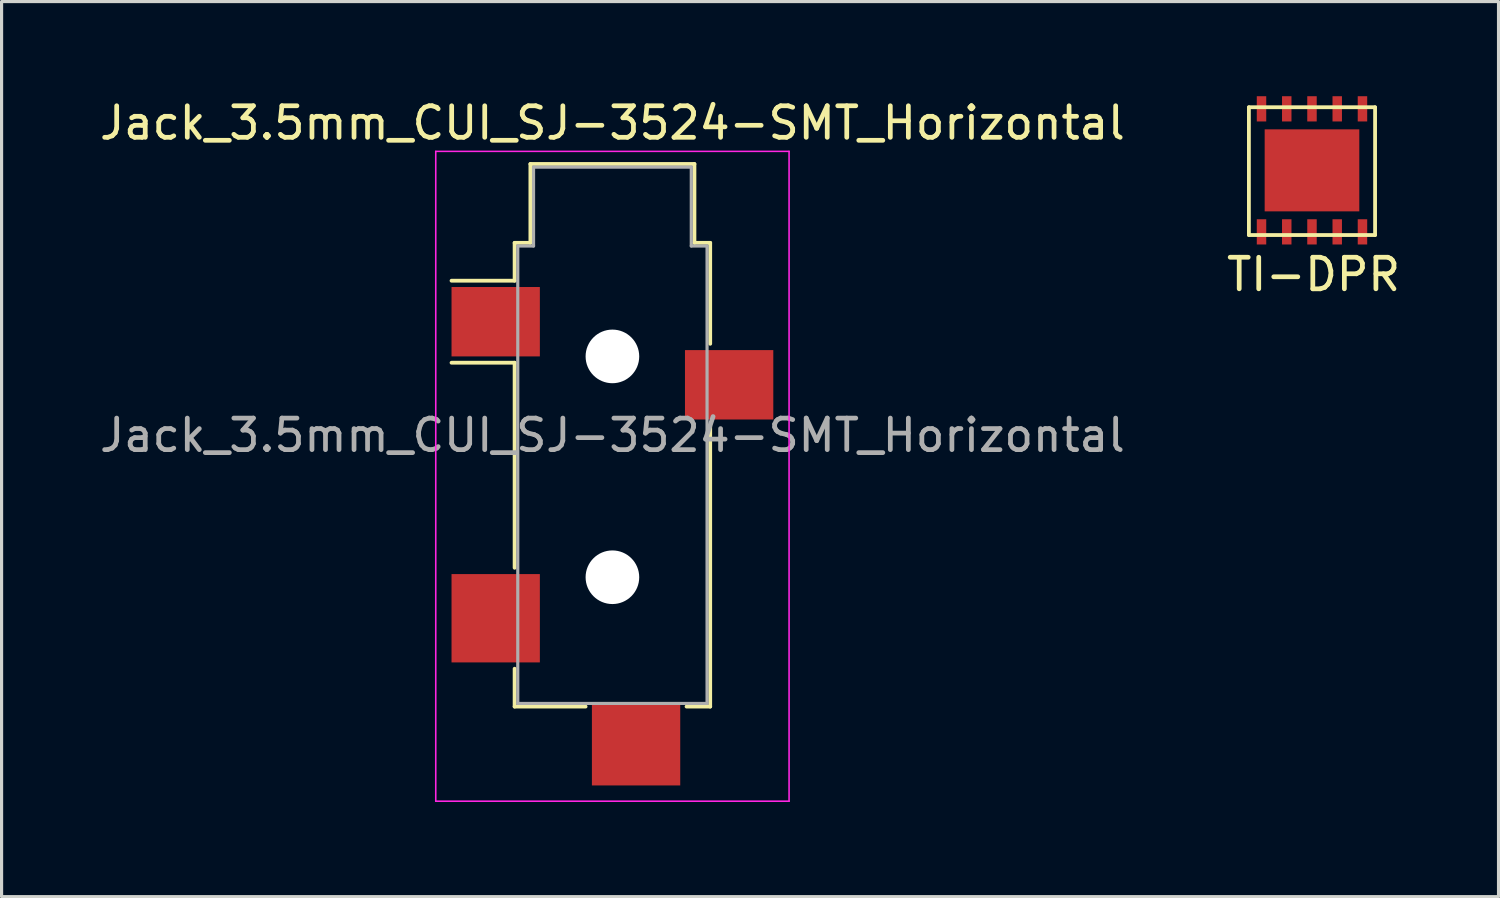
<source format=kicad_pcb>
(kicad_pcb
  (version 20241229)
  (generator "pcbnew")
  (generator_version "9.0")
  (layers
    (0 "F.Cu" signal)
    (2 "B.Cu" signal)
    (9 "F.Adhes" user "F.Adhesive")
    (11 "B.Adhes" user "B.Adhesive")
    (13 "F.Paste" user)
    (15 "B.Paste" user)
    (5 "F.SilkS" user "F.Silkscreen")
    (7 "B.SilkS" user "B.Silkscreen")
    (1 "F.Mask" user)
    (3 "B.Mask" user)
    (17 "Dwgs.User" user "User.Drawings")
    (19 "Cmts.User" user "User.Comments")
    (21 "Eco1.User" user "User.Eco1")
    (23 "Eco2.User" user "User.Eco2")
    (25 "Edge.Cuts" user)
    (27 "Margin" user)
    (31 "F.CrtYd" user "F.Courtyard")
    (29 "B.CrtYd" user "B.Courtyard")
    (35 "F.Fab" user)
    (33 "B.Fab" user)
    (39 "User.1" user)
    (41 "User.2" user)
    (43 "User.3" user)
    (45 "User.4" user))
  (footprint "TI-DPR"
    (layer "F.Cu")
    (at 38.539 2.35)
    (property "Reference" "TI-DPR" (at 0.05 3.3 0) (unlocked yes) (layer "F.SilkS") (effects (font (size 1 1) (thickness 0.15))))
    (attr through_hole)
    (fp_line (start -2 -2) (end 2 -2) (stroke (width 0.12) (type solid)) (layer "F.SilkS"))
    (fp_line (start -2 2.05) (end -2 -2) (stroke (width 0.12) (type solid)) (layer "F.SilkS"))
    (fp_line (start 2 -2) (end 2 2.05) (stroke (width 0.12) (type solid)) (layer "F.SilkS"))
    (fp_line (start 2 2.05) (end -2 2.05) (stroke (width 0.12) (type solid)) (layer "F.SilkS"))
    (pad "1" connect rect (at -1.6 1.95) (size 0.3 0.8) (layers "F.Cu" "F.Mask"))
    (pad "2" connect rect (at -0.8 1.95) (size 0.3 0.8) (layers "F.Cu" "F.Mask"))
    (pad "3" connect rect (at 0 1.95) (size 0.3 0.8) (layers "F.Cu" "F.Mask"))
    (pad "4" connect rect (at 0.8 1.95) (size 0.3 0.8) (layers "F.Cu" "F.Mask"))
    (pad "5" connect rect (at 1.6 1.95) (size 0.3 0.8) (layers "F.Cu" "F.Mask"))
    (pad "6" connect rect (at 1.6 -1.95) (size 0.3 0.8) (layers "F.Cu" "F.Mask"))
    (pad "7" connect rect (at 0.8 -1.95) (size 0.3 0.8) (layers "F.Cu" "F.Mask"))
    (pad "8" connect rect (at 0 -1.95) (size 0.3 0.8) (layers "F.Cu" "F.Mask"))
    (pad "9" connect rect (at -0.8 -1.95) (size 0.3 0.8) (layers "F.Cu" "F.Mask"))
    (pad "10" connect rect (at -1.6 -1.95) (size 0.3 0.8) (layers "F.Cu" "F.Mask"))
    (pad "11" connect rect (at 0 0) (size 3 2.6) (layers "F.Cu" "F.Mask")))
  (footprint "Jack_3.5mm_CUI_SJ-3524-SMT_Horizontal"
    (layer "F.Cu")
    (at 16.363 10.748)
    (property "Reference" "Jack_3.5mm_CUI_SJ-3524-SMT_Horizontal" (at 0 -9.9 0) (layer "F.SilkS") (effects (font (size 1 1) (thickness 0.15))))
    (attr smd)
    (fp_line (start -3.1 -6.1) (end -2.6 -6.1) (stroke (width 0.12) (type solid)) (layer "F.SilkS"))
    (fp_line (start -3.1 -4.9) (end -5.1 -4.9) (stroke (width 0.12) (type solid)) (layer "F.SilkS"))
    (fp_line (start -3.1 -4.9) (end -3.1 -6.1) (stroke (width 0.12) (type solid)) (layer "F.SilkS"))
    (fp_line (start -3.1 -2.3) (end -5.1 -2.3) (stroke (width 0.12) (type solid)) (layer "F.SilkS"))
    (fp_line (start -3.1 4.2) (end -3.1 -2.3) (stroke (width 0.12) (type solid)) (layer "F.SilkS"))
    (fp_line (start -3.1 8.6) (end -3.1 7.4) (stroke (width 0.12) (type solid)) (layer "F.SilkS"))
    (fp_line (start -2.6 -8.6) (end 2.6 -8.6) (stroke (width 0.12) (type solid)) (layer "F.SilkS"))
    (fp_line (start -2.6 -6.1) (end -2.6 -8.6) (stroke (width 0.12) (type solid)) (layer "F.SilkS"))
    (fp_line (start -0.85 8.6) (end -3.1 8.6) (stroke (width 0.12) (type solid)) (layer "F.SilkS"))
    (fp_line (start 2.6 -8.6) (end 2.6 -6.1) (stroke (width 0.12) (type solid)) (layer "F.SilkS"))
    (fp_line (start 2.6 -6.1) (end 3.1 -6.1) (stroke (width 0.12) (type solid)) (layer "F.SilkS"))
    (fp_line (start 3.1 -6.1) (end 3.1 -2.9) (stroke (width 0.12) (type solid)) (layer "F.SilkS"))
    (fp_line (start 3.1 -0.3) (end 3.1 8.6) (stroke (width 0.12) (type solid)) (layer "F.SilkS"))
    (fp_line (start 3.1 8.6) (end 2.35 8.6) (stroke (width 0.12) (type solid)) (layer "F.SilkS"))
    (fp_line (start -5.6 -9) (end 5.6 -9) (stroke (width 0.05) (type solid)) (layer "F.CrtYd"))
    (fp_line (start -5.6 11.6) (end -5.6 -9) (stroke (width 0.05) (type solid)) (layer "F.CrtYd"))
    (fp_line (start 5.6 -9) (end 5.6 11.6) (stroke (width 0.05) (type solid)) (layer "F.CrtYd"))
    (fp_line (start 5.6 11.6) (end -5.6 11.6) (stroke (width 0.05) (type solid)) (layer "F.CrtYd"))
    (fp_line (start -3 -6) (end -2.5 -6) (stroke (width 0.1) (type solid)) (layer "F.Fab"))
    (fp_line (start -3 8.5) (end -3 -6) (stroke (width 0.1) (type solid)) (layer "F.Fab"))
    (fp_line (start -2.5 -8.5) (end 2.5 -8.5) (stroke (width 0.1) (type solid)) (layer "F.Fab"))
    (fp_line (start -2.5 -6) (end -2.5 -8.5) (stroke (width 0.1) (type solid)) (layer "F.Fab"))
    (fp_line (start 2.5 -8.5) (end 2.5 -6) (stroke (width 0.1) (type solid)) (layer "F.Fab"))
    (fp_line (start 2.5 -6) (end 3 -6) (stroke (width 0.1) (type solid)) (layer "F.Fab"))
    (fp_line (start 3 -6) (end 3 8.5) (stroke (width 0.1) (type solid)) (layer "F.Fab"))
    (fp_line (start 3 8.5) (end -3 8.5) (stroke (width 0.1) (type solid)) (layer "F.Fab"))
    (fp_text user "${REFERENCE}" (at 0 0 0) (layer "F.Fab") (effects (font (size 1 1) (thickness 0.15))))
    (pad "" np_thru_hole circle (at 0 -2.5) (size 1.7 1.7) (drill 1.7) (layers "*.Cu" "*.Mask"))
    (pad "" np_thru_hole circle (at 0 4.5) (size 1.7 1.7) (drill 1.7) (layers "*.Cu" "*.Mask"))
    (pad "G" smd rect (at 0.75 9.8) (size 2.8 2.6) (layers "F.Cu" "F.Mask" "F.Paste"))
    (pad "R" smd rect (at 3.7 -1.6) (size 2.8 2.2) (layers "F.Cu" "F.Mask" "F.Paste"))
    (pad "S" smd rect (at -3.7 -3.6) (size 2.8 2.2) (layers "F.Cu" "F.Mask" "F.Paste"))
    (pad "T" smd rect (at -3.7 5.8) (size 2.8 2.8) (layers "F.Cu" "F.Mask" "F.Paste")))
  (gr_rect
    (start -3 -3)
    (end 44.452 25.373)
    (stroke (width 0.1) (type default))
    (fill no)
    (layer "Edge.Cuts")))
</source>
